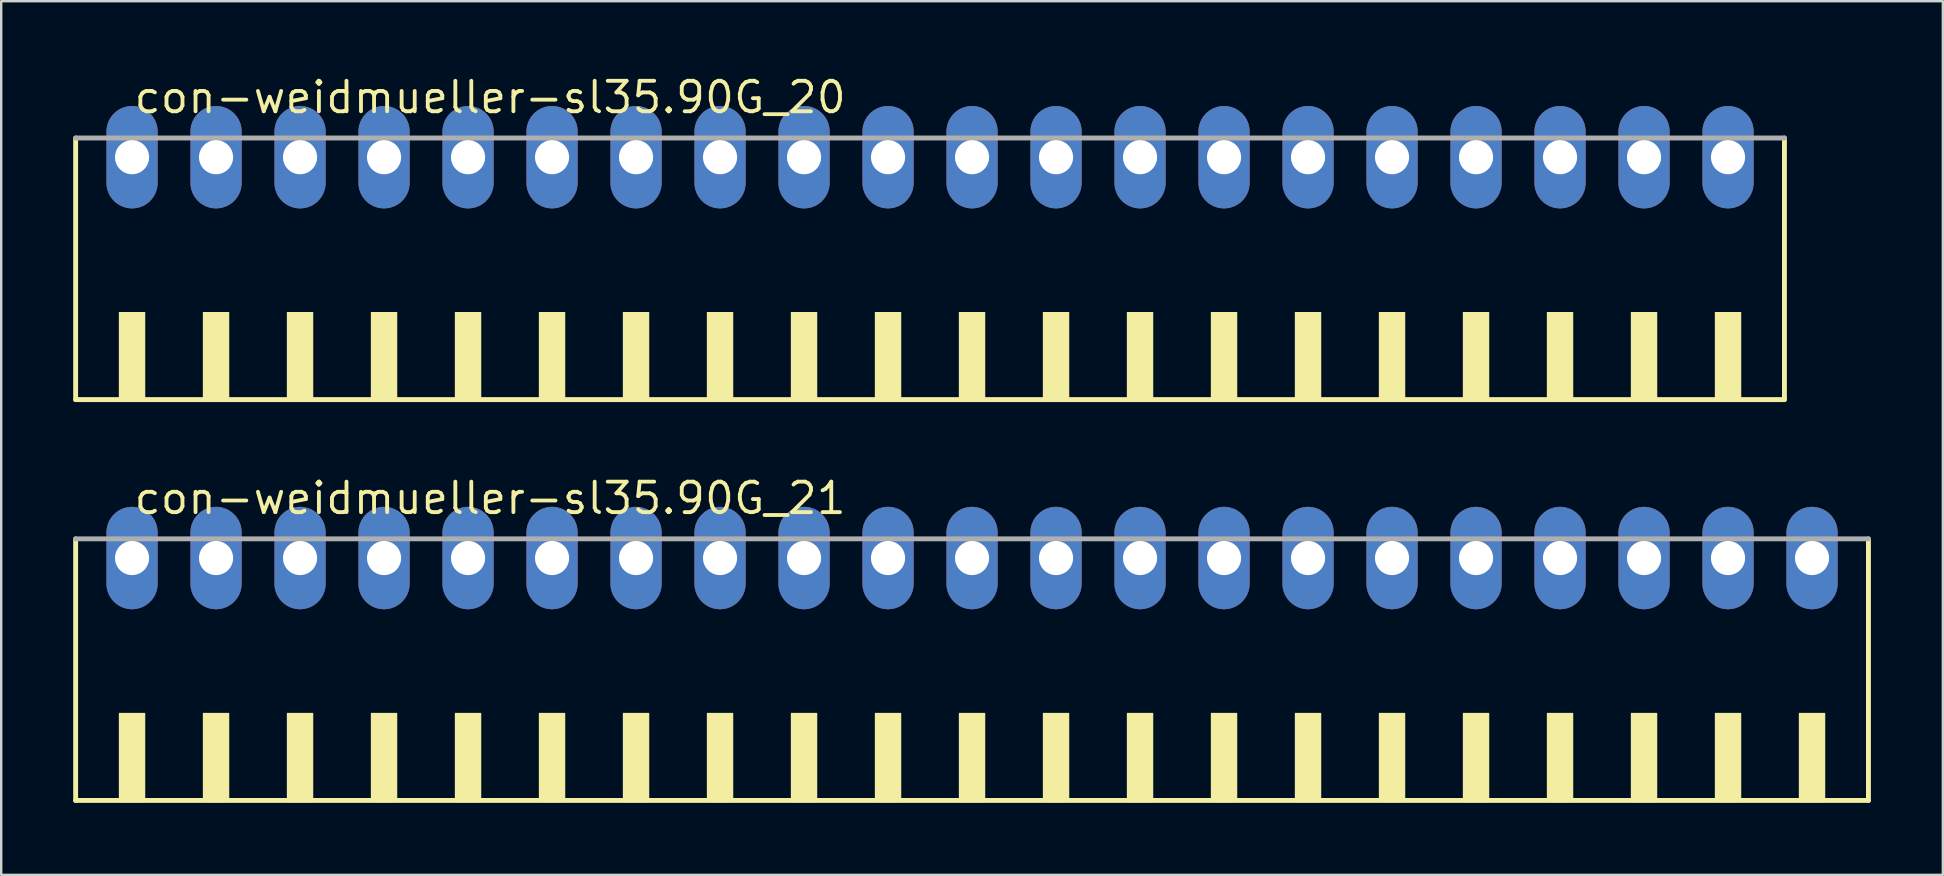
<source format=kicad_pcb>
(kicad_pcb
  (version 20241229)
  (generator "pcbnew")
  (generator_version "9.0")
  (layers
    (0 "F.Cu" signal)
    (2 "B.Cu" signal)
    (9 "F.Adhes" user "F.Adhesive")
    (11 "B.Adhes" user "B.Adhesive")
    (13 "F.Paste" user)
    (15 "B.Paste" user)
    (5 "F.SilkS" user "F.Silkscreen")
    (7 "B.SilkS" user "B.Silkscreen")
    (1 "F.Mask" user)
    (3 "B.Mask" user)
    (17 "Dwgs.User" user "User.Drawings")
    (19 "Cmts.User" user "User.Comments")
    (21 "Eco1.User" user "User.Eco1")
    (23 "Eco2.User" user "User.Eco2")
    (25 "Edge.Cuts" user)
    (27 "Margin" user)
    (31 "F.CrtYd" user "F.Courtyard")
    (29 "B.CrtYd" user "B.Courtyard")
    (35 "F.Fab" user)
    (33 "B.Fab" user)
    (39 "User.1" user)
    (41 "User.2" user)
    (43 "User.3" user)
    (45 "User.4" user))
  (footprint "con-weidmueller-sl35.90G_20"
    (layer "F.Cu")
    (at 35.702 8.75)
    (property "Reference" "con-weidmueller-sl35.90G_20" (at -33.25 -7 0) (layer "F.SilkS") (effects (font (size 1.27 1.27) (thickness 0.16)) (justify left bottom)))
    (attr through_hole)
    (fp_line (start -35.6 -6.05) (end -35.6 4.85) (stroke (width 0.203) (type default)) (layer "F.SilkS"))
    (fp_line (start -35.6 4.85) (end 35.6 4.85) (stroke (width 0.203) (type default)) (layer "F.SilkS"))
    (fp_line (start 35.6 4.85) (end 35.6 -6.05) (stroke (width 0.203) (type default)) (layer "F.SilkS"))
    (fp_rect (start -33.775 4.9) (end -32.725 1.225) (stroke (width 0.05) (type default)) (fill yes) (layer "F.SilkS"))
    (fp_rect (start -30.275 4.9) (end -29.225 1.225) (stroke (width 0.05) (type default)) (fill yes) (layer "F.SilkS"))
    (fp_rect (start -26.775 4.9) (end -25.725 1.225) (stroke (width 0.05) (type default)) (fill yes) (layer "F.SilkS"))
    (fp_rect (start -23.275 4.9) (end -22.225 1.225) (stroke (width 0.05) (type default)) (fill yes) (layer "F.SilkS"))
    (fp_rect (start -19.775 4.9) (end -18.725 1.225) (stroke (width 0.05) (type default)) (fill yes) (layer "F.SilkS"))
    (fp_rect (start -16.275 4.9) (end -15.225 1.225) (stroke (width 0.05) (type default)) (fill yes) (layer "F.SilkS"))
    (fp_rect (start -12.775 4.9) (end -11.725 1.225) (stroke (width 0.05) (type default)) (fill yes) (layer "F.SilkS"))
    (fp_rect (start -9.275 4.9) (end -8.225 1.225) (stroke (width 0.05) (type default)) (fill yes) (layer "F.SilkS"))
    (fp_rect (start -5.775 4.9) (end -4.725 1.225) (stroke (width 0.05) (type default)) (fill yes) (layer "F.SilkS"))
    (fp_rect (start -2.275 4.9) (end -1.225 1.225) (stroke (width 0.05) (type default)) (fill yes) (layer "F.SilkS"))
    (fp_rect (start 1.225 4.9) (end 2.275 1.225) (stroke (width 0.05) (type default)) (fill yes) (layer "F.SilkS"))
    (fp_rect (start 4.725 4.9) (end 5.775 1.225) (stroke (width 0.05) (type default)) (fill yes) (layer "F.SilkS"))
    (fp_rect (start 8.225 4.9) (end 9.275 1.225) (stroke (width 0.05) (type default)) (fill yes) (layer "F.SilkS"))
    (fp_rect (start 11.725 4.9) (end 12.775 1.225) (stroke (width 0.05) (type default)) (fill yes) (layer "F.SilkS"))
    (fp_rect (start 15.225 4.9) (end 16.275 1.225) (stroke (width 0.05) (type default)) (fill yes) (layer "F.SilkS"))
    (fp_rect (start 18.725 4.9) (end 19.775 1.225) (stroke (width 0.05) (type default)) (fill yes) (layer "F.SilkS"))
    (fp_rect (start 22.225 4.9) (end 23.275 1.225) (stroke (width 0.05) (type default)) (fill yes) (layer "F.SilkS"))
    (fp_rect (start 25.725 4.9) (end 26.775 1.225) (stroke (width 0.05) (type default)) (fill yes) (layer "F.SilkS"))
    (fp_rect (start 29.225 4.9) (end 30.275 1.225) (stroke (width 0.05) (type default)) (fill yes) (layer "F.SilkS"))
    (fp_rect (start 32.725 4.9) (end 33.775 1.225) (stroke (width 0.05) (type default)) (fill yes) (layer "F.SilkS"))
    (fp_line (start 35.6 -6.05) (end -35.6 -6.05) (stroke (width 0.203) (type default)) (layer "F.Fab"))
    (pad "1" thru_hole oval (at -33.25 -5.25 90) (size 4.267 2.134) (drill 1.422) (layers "*.Cu" "*.Mask"))
    (pad "2" thru_hole oval (at -29.75 -5.25 90) (size 4.267 2.134) (drill 1.422) (layers "*.Cu" "*.Mask"))
    (pad "3" thru_hole oval (at -26.25 -5.25 90) (size 4.267 2.134) (drill 1.422) (layers "*.Cu" "*.Mask"))
    (pad "4" thru_hole oval (at -22.75 -5.25 90) (size 4.267 2.134) (drill 1.422) (layers "*.Cu" "*.Mask"))
    (pad "5" thru_hole oval (at -19.25 -5.25 90) (size 4.267 2.134) (drill 1.422) (layers "*.Cu" "*.Mask"))
    (pad "6" thru_hole oval (at -15.75 -5.25 90) (size 4.267 2.134) (drill 1.422) (layers "*.Cu" "*.Mask"))
    (pad "7" thru_hole oval (at -12.25 -5.25 90) (size 4.267 2.134) (drill 1.422) (layers "*.Cu" "*.Mask"))
    (pad "8" thru_hole oval (at -8.75 -5.25 90) (size 4.267 2.134) (drill 1.422) (layers "*.Cu" "*.Mask"))
    (pad "9" thru_hole oval (at -5.25 -5.25 90) (size 4.267 2.134) (drill 1.422) (layers "*.Cu" "*.Mask"))
    (pad "10" thru_hole oval (at -1.75 -5.25 90) (size 4.267 2.134) (drill 1.422) (layers "*.Cu" "*.Mask"))
    (pad "11" thru_hole oval (at 1.75 -5.25 90) (size 4.267 2.134) (drill 1.422) (layers "*.Cu" "*.Mask"))
    (pad "12" thru_hole oval (at 5.25 -5.25 90) (size 4.267 2.134) (drill 1.422) (layers "*.Cu" "*.Mask"))
    (pad "13" thru_hole oval (at 8.75 -5.25 90) (size 4.267 2.134) (drill 1.422) (layers "*.Cu" "*.Mask"))
    (pad "14" thru_hole oval (at 12.25 -5.25 90) (size 4.267 2.134) (drill 1.422) (layers "*.Cu" "*.Mask"))
    (pad "15" thru_hole oval (at 15.75 -5.25 90) (size 4.267 2.134) (drill 1.422) (layers "*.Cu" "*.Mask"))
    (pad "16" thru_hole oval (at 19.25 -5.25 90) (size 4.267 2.134) (drill 1.422) (layers "*.Cu" "*.Mask"))
    (pad "17" thru_hole oval (at 22.75 -5.25 90) (size 4.267 2.134) (drill 1.422) (layers "*.Cu" "*.Mask"))
    (pad "18" thru_hole oval (at 26.25 -5.25 90) (size 4.267 2.134) (drill 1.422) (layers "*.Cu" "*.Mask"))
    (pad "19" thru_hole oval (at 29.75 -5.25 90) (size 4.267 2.134) (drill 1.422) (layers "*.Cu" "*.Mask"))
    (pad "20" thru_hole oval (at 33.25 -5.25 90) (size 4.267 2.134) (drill 1.422) (layers "*.Cu" "*.Mask")))
  (footprint "con-weidmueller-sl35.90G_21"
    (layer "F.Cu")
    (at 37.452 25.452)
    (property "Reference" "con-weidmueller-sl35.90G_21" (at -35 -7 0) (layer "F.SilkS") (effects (font (size 1.27 1.27) (thickness 0.16)) (justify left bottom)))
    (attr through_hole)
    (fp_line (start -37.35 -6.05) (end -37.35 4.85) (stroke (width 0.203) (type default)) (layer "F.SilkS"))
    (fp_line (start -37.35 4.85) (end 37.35 4.85) (stroke (width 0.203) (type default)) (layer "F.SilkS"))
    (fp_line (start 37.35 4.85) (end 37.35 -6.05) (stroke (width 0.203) (type default)) (layer "F.SilkS"))
    (fp_rect (start -35.525 4.9) (end -34.475 1.225) (stroke (width 0.05) (type default)) (fill yes) (layer "F.SilkS"))
    (fp_rect (start -32.025 4.9) (end -30.975 1.225) (stroke (width 0.05) (type default)) (fill yes) (layer "F.SilkS"))
    (fp_rect (start -28.525 4.9) (end -27.475 1.225) (stroke (width 0.05) (type default)) (fill yes) (layer "F.SilkS"))
    (fp_rect (start -25.025 4.9) (end -23.975 1.225) (stroke (width 0.05) (type default)) (fill yes) (layer "F.SilkS"))
    (fp_rect (start -21.525 4.9) (end -20.475 1.225) (stroke (width 0.05) (type default)) (fill yes) (layer "F.SilkS"))
    (fp_rect (start -18.025 4.9) (end -16.975 1.225) (stroke (width 0.05) (type default)) (fill yes) (layer "F.SilkS"))
    (fp_rect (start -14.525 4.9) (end -13.475 1.225) (stroke (width 0.05) (type default)) (fill yes) (layer "F.SilkS"))
    (fp_rect (start -11.025 4.9) (end -9.975 1.225) (stroke (width 0.05) (type default)) (fill yes) (layer "F.SilkS"))
    (fp_rect (start -7.525 4.9) (end -6.475 1.225) (stroke (width 0.05) (type default)) (fill yes) (layer "F.SilkS"))
    (fp_rect (start -4.025 4.9) (end -2.975 1.225) (stroke (width 0.05) (type default)) (fill yes) (layer "F.SilkS"))
    (fp_rect (start -0.525 4.9) (end 0.525 1.225) (stroke (width 0.05) (type default)) (fill yes) (layer "F.SilkS"))
    (fp_rect (start 2.975 4.9) (end 4.025 1.225) (stroke (width 0.05) (type default)) (fill yes) (layer "F.SilkS"))
    (fp_rect (start 6.475 4.9) (end 7.525 1.225) (stroke (width 0.05) (type default)) (fill yes) (layer "F.SilkS"))
    (fp_rect (start 9.975 4.9) (end 11.025 1.225) (stroke (width 0.05) (type default)) (fill yes) (layer "F.SilkS"))
    (fp_rect (start 13.475 4.9) (end 14.525 1.225) (stroke (width 0.05) (type default)) (fill yes) (layer "F.SilkS"))
    (fp_rect (start 16.975 4.9) (end 18.025 1.225) (stroke (width 0.05) (type default)) (fill yes) (layer "F.SilkS"))
    (fp_rect (start 20.475 4.9) (end 21.525 1.225) (stroke (width 0.05) (type default)) (fill yes) (layer "F.SilkS"))
    (fp_rect (start 23.975 4.9) (end 25.025 1.225) (stroke (width 0.05) (type default)) (fill yes) (layer "F.SilkS"))
    (fp_rect (start 27.475 4.9) (end 28.525 1.225) (stroke (width 0.05) (type default)) (fill yes) (layer "F.SilkS"))
    (fp_rect (start 30.975 4.9) (end 32.025 1.225) (stroke (width 0.05) (type default)) (fill yes) (layer "F.SilkS"))
    (fp_rect (start 34.475 4.9) (end 35.525 1.225) (stroke (width 0.05) (type default)) (fill yes) (layer "F.SilkS"))
    (fp_line (start 37.35 -6.05) (end -37.35 -6.05) (stroke (width 0.203) (type default)) (layer "F.Fab"))
    (pad "1" thru_hole oval (at -35 -5.25 90) (size 4.267 2.134) (drill 1.422) (layers "*.Cu" "*.Mask"))
    (pad "2" thru_hole oval (at -31.5 -5.25 90) (size 4.267 2.134) (drill 1.422) (layers "*.Cu" "*.Mask"))
    (pad "3" thru_hole oval (at -28 -5.25 90) (size 4.267 2.134) (drill 1.422) (layers "*.Cu" "*.Mask"))
    (pad "4" thru_hole oval (at -24.5 -5.25 90) (size 4.267 2.134) (drill 1.422) (layers "*.Cu" "*.Mask"))
    (pad "5" thru_hole oval (at -21 -5.25 90) (size 4.267 2.134) (drill 1.422) (layers "*.Cu" "*.Mask"))
    (pad "6" thru_hole oval (at -17.5 -5.25 90) (size 4.267 2.134) (drill 1.422) (layers "*.Cu" "*.Mask"))
    (pad "7" thru_hole oval (at -14 -5.25 90) (size 4.267 2.134) (drill 1.422) (layers "*.Cu" "*.Mask"))
    (pad "8" thru_hole oval (at -10.5 -5.25 90) (size 4.267 2.134) (drill 1.422) (layers "*.Cu" "*.Mask"))
    (pad "9" thru_hole oval (at -7 -5.25 90) (size 4.267 2.134) (drill 1.422) (layers "*.Cu" "*.Mask"))
    (pad "10" thru_hole oval (at -3.5 -5.25 90) (size 4.267 2.134) (drill 1.422) (layers "*.Cu" "*.Mask"))
    (pad "11" thru_hole oval (at 0 -5.25 90) (size 4.267 2.134) (drill 1.422) (layers "*.Cu" "*.Mask"))
    (pad "12" thru_hole oval (at 3.5 -5.25 90) (size 4.267 2.134) (drill 1.422) (layers "*.Cu" "*.Mask"))
    (pad "13" thru_hole oval (at 7 -5.25 90) (size 4.267 2.134) (drill 1.422) (layers "*.Cu" "*.Mask"))
    (pad "14" thru_hole oval (at 10.5 -5.25 90) (size 4.267 2.134) (drill 1.422) (layers "*.Cu" "*.Mask"))
    (pad "15" thru_hole oval (at 14 -5.25 90) (size 4.267 2.134) (drill 1.422) (layers "*.Cu" "*.Mask"))
    (pad "16" thru_hole oval (at 17.5 -5.25 90) (size 4.267 2.134) (drill 1.422) (layers "*.Cu" "*.Mask"))
    (pad "17" thru_hole oval (at 21 -5.25 90) (size 4.267 2.134) (drill 1.422) (layers "*.Cu" "*.Mask"))
    (pad "18" thru_hole oval (at 24.5 -5.25 90) (size 4.267 2.134) (drill 1.422) (layers "*.Cu" "*.Mask"))
    (pad "19" thru_hole oval (at 28 -5.25 90) (size 4.267 2.134) (drill 1.422) (layers "*.Cu" "*.Mask"))
    (pad "20" thru_hole oval (at 31.5 -5.25 90) (size 4.267 2.134) (drill 1.422) (layers "*.Cu" "*.Mask"))
    (pad "21" thru_hole oval (at 35 -5.25 90) (size 4.267 2.134) (drill 1.422) (layers "*.Cu" "*.Mask")))
  (gr_rect
    (start -3 -3)
    (end 77.903 33.403)
    (stroke (width 0.1) (type default))
    (fill no)
    (layer "Edge.Cuts")))
</source>
